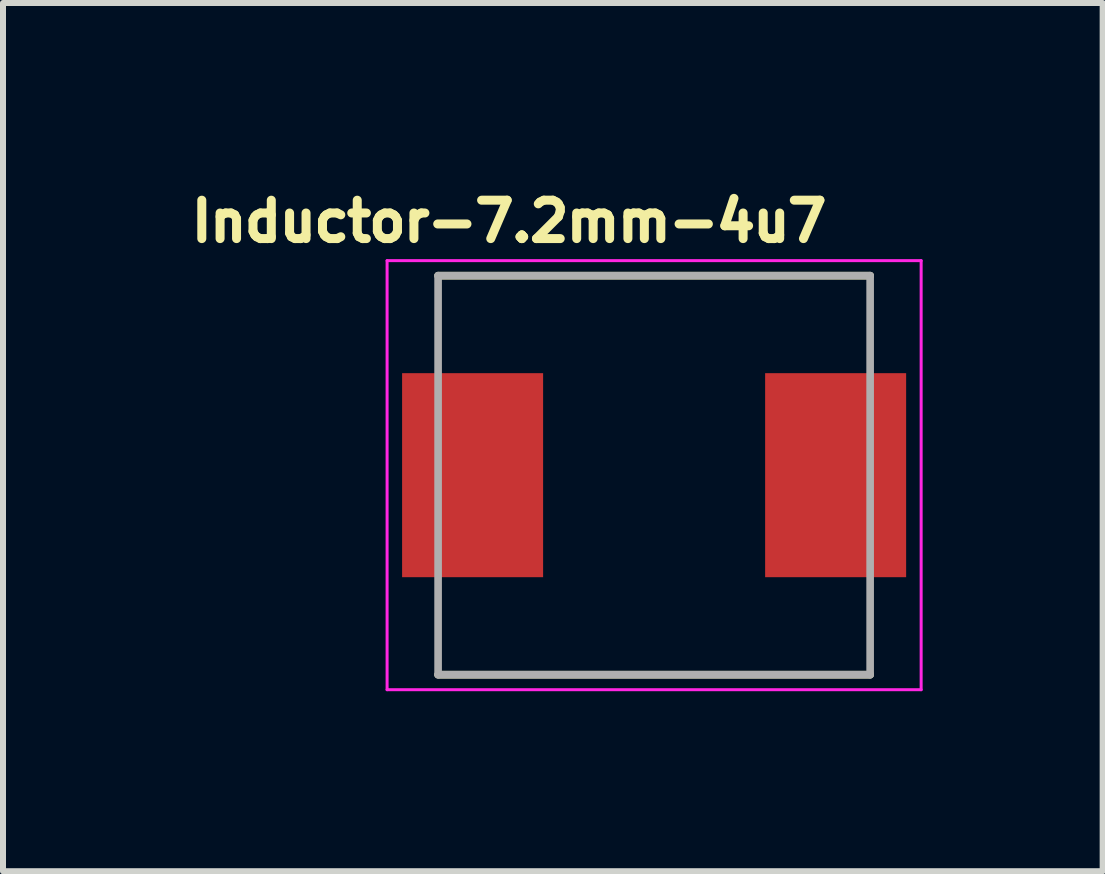
<source format=kicad_pcb>
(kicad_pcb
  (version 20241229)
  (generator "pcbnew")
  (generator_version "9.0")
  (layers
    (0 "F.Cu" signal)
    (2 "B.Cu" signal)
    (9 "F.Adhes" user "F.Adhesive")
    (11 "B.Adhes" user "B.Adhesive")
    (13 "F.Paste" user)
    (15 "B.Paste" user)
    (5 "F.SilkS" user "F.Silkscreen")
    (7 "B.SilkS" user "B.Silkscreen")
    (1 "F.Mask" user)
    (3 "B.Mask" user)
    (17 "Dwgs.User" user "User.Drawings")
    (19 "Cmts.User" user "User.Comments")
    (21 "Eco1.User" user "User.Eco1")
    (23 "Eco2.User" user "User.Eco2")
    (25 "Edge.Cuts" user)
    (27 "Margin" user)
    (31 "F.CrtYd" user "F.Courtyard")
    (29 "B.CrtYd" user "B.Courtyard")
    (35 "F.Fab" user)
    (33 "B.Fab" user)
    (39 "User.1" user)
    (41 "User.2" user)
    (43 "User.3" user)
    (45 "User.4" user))
  (footprint "Inductor-7.2mm-4u7"
    (layer "F.Cu")
    (at 7.851 4.869)
    (property "Reference" "Inductor-7.2mm-4u7" (at -2.418 -4.231 0) (layer "F.SilkS") (effects (font (size 0.64 0.64) (thickness 0.15))))
    (attr smd)
    (fp_line (start -3.6 -3.325) (end 3.6 -3.325) (stroke (width 0.127) (type solid)) (layer "F.SilkS"))
    (fp_line (start -3.6 3.325) (end 3.6 3.325) (stroke (width 0.127) (type solid)) (layer "F.SilkS"))
    (fp_line (start -4.45 -3.575) (end -4.45 3.575) (stroke (width 0.05) (type solid)) (layer "F.CrtYd"))
    (fp_line (start -4.45 3.575) (end 4.45 3.575) (stroke (width 0.05) (type solid)) (layer "F.CrtYd"))
    (fp_line (start 4.45 -3.575) (end -4.45 -3.575) (stroke (width 0.05) (type solid)) (layer "F.CrtYd"))
    (fp_line (start 4.45 3.575) (end 4.45 -3.575) (stroke (width 0.05) (type solid)) (layer "F.CrtYd"))
    (fp_line (start -3.6 -3.325) (end -3.6 3.325) (stroke (width 0.127) (type solid)) (layer "F.Fab"))
    (fp_line (start -3.6 -3.325) (end 3.6 -3.325) (stroke (width 0.127) (type solid)) (layer "F.Fab"))
    (fp_line (start -3.6 3.325) (end 3.6 3.325) (stroke (width 0.127) (type solid)) (layer "F.Fab"))
    (fp_line (start 3.6 -3.325) (end 3.6 3.325) (stroke (width 0.127) (type solid)) (layer "F.Fab"))
    (pad "1" smd rect (at -3.025 0) (size 2.35 3.4) (layers "F.Cu" "F.Mask" "F.Paste"))
    (pad "2" smd rect (at 3.025 0) (size 2.35 3.4) (layers "F.Cu" "F.Mask" "F.Paste")))
  (gr_rect
    (start -3 -3)
    (end 15.326 11.469)
    (stroke (width 0.1) (type default))
    (fill no)
    (layer "Edge.Cuts")))
</source>
